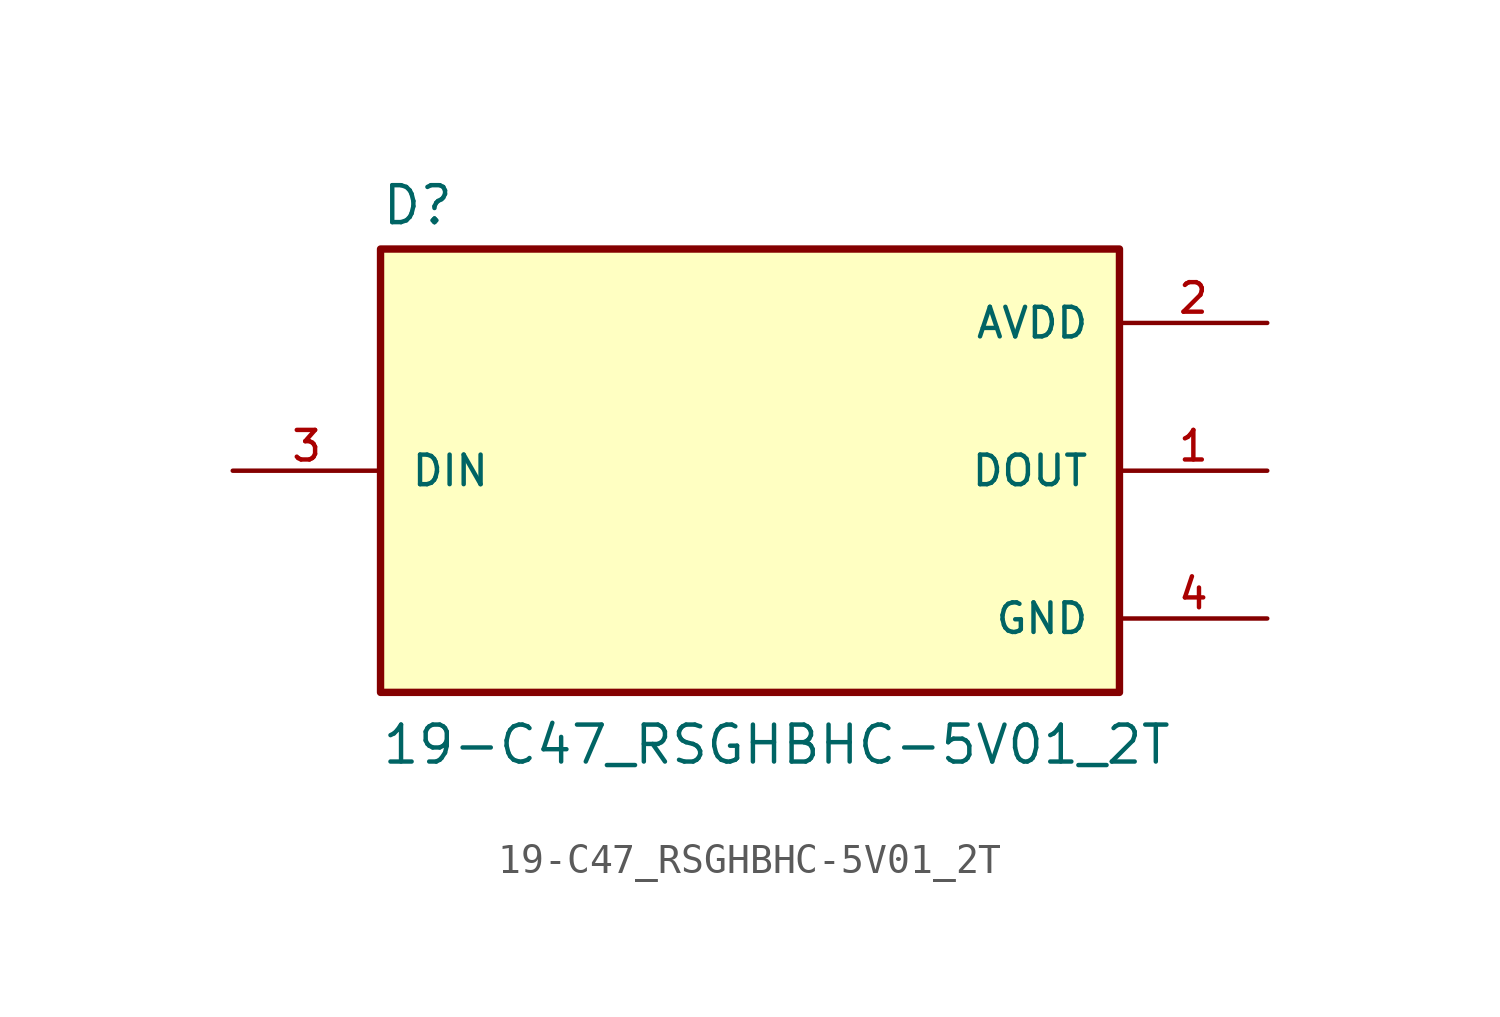
<source format=kicad_sym>
(kicad_symbol_lib
  (version 20231120)
  (generator "kicad_symbol_editor")
  (generator_version "8.0")
  (symbol "19-C47_RSGHBHC-5V01_2T"
    (pin_names
      (offset 1.016))
    (property "Reference" "D"
      (at -12.7 8.382 0)
      (effects (font (size 1.27 1.27)) (justify left bottom)))
    (property "Value" "19-C47_RSGHBHC-5V01_2T"
      (at -12.7 -10.16 0)
      (effects (font (size 1.27 1.27)) (justify left bottom)))
    (symbol "19-C47_RSGHBHC-5V01_2T_0_0"
      (rectangle (start -12.7 -7.62) (end 12.7 7.62) (stroke (width 0.254) (type default)) (fill (type background)))
      (pin output line (at 17.78 0 180) (length 5.08) (name "DOUT" (effects (font (size 1.016 1.016)))) (number "1" (effects (font (size 1.016 1.016)))))
      (pin input line (at -17.78 0 0) (length 5.08) (name "DIN" (effects (font (size 1.016 1.016)))) (number "3" (effects (font (size 1.016 1.016)))))
      (pin power_in line (at 17.78 -5.08 180) (length 5.08) (name "GND" (effects (font (size 1.016 1.016)))) (number "4" (effects (font (size 1.016 1.016))))))
    (symbol "19-C47_RSGHBHC-5V01_2T_1_0"
      (pin passive line (at 17.78 5.08 180) (length 5.08) (name "AVDD" (effects (font (size 1.016 1.016)))) (number "2" (effects (font (size 1.016 1.016))))))))
</source>
